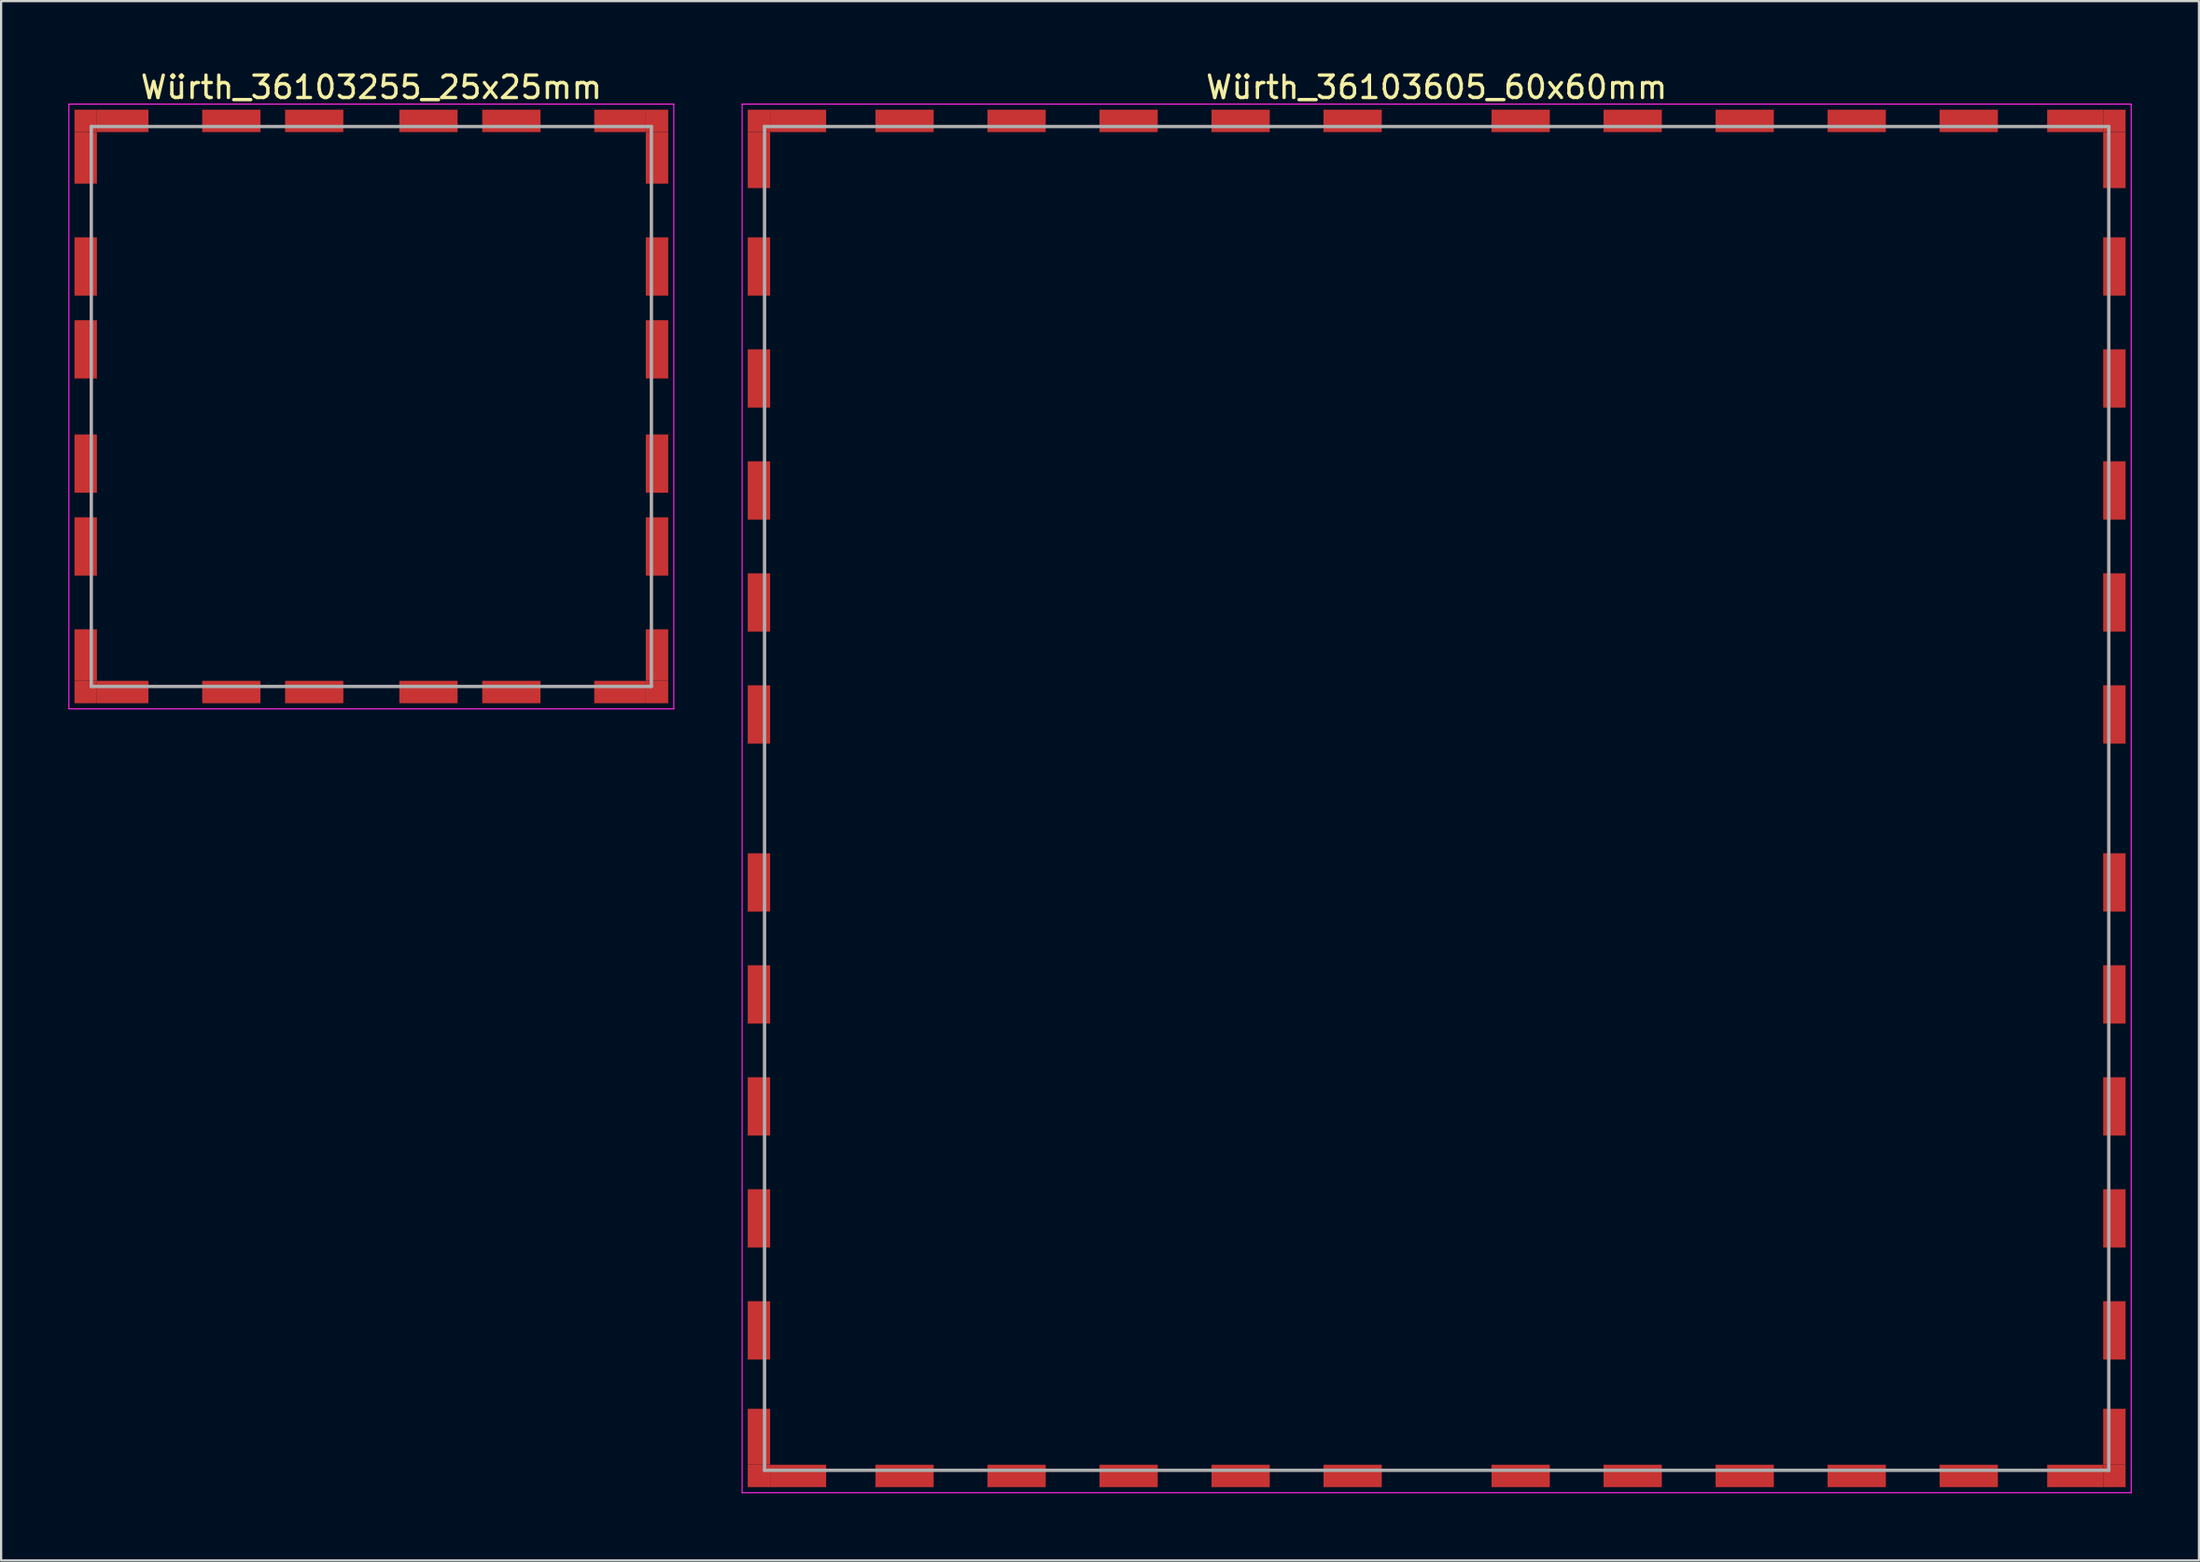
<source format=kicad_pcb>
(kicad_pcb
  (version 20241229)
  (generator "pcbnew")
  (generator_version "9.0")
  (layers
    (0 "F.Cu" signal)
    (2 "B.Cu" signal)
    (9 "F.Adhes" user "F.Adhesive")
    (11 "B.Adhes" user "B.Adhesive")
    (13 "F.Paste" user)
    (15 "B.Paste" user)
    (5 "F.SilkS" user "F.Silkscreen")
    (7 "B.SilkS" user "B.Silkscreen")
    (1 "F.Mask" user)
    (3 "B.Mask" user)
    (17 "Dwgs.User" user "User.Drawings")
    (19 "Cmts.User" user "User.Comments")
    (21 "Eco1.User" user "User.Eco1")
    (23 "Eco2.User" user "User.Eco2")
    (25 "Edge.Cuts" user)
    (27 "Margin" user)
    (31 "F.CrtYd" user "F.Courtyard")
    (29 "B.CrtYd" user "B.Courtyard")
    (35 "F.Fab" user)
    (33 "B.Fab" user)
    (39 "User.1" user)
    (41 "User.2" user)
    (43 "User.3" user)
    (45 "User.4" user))
  (footprint "Würth_36103255_25x25mm"
    (layer "F.Cu")
    (at 13.525 15.098)
    (property "Reference" "Würth_36103255_25x25mm" (at 0 -14.25 0) (layer "F.SilkS") (effects (font (size 1 1) (thickness 0.15))))
    (attr smd)
    (fp_line (start -13.5 -13.5) (end -13.5 13.5) (stroke (width 0.05) (type solid)) (layer "F.CrtYd"))
    (fp_line (start -13.5 13.5) (end 13.5 13.5) (stroke (width 0.05) (type solid)) (layer "F.CrtYd"))
    (fp_line (start 13.5 -13.5) (end -13.5 -13.5) (stroke (width 0.05) (type solid)) (layer "F.CrtYd"))
    (fp_line (start 13.5 13.5) (end 13.5 -13.5) (stroke (width 0.05) (type solid)) (layer "F.CrtYd"))
    (fp_line (start -12.5 -12.5) (end -12.5 12.5) (stroke (width 0.15) (type solid)) (layer "F.Fab"))
    (fp_line (start -12.5 12.5) (end 12.5 12.5) (stroke (width 0.15) (type solid)) (layer "F.Fab"))
    (fp_line (start 12.5 -12.5) (end -12.5 -12.5) (stroke (width 0.15) (type solid)) (layer "F.Fab"))
    (fp_line (start 12.5 12.5) (end 12.5 -12.5) (stroke (width 0.15) (type solid)) (layer "F.Fab"))
    (pad "1" smd rect (at -12.75 -12.75) (size 1 1) (layers "F.Cu" "F.Mask"))
    (pad "1" smd rect (at -12.75 -11.1) (size 1 2.3) (layers "F.Cu" "F.Mask"))
    (pad "1" smd rect (at -12.75 -6.25) (size 1 2.6) (layers "F.Cu" "F.Mask"))
    (pad "1" smd rect (at -12.75 -2.55) (size 1 2.6) (layers "F.Cu" "F.Mask"))
    (pad "1" smd rect (at -12.75 2.55) (size 1 2.6) (layers "F.Cu" "F.Mask"))
    (pad "1" smd rect (at -12.75 6.25) (size 1 2.6) (layers "F.Cu" "F.Mask"))
    (pad "1" smd rect (at -12.75 11.1) (size 1 2.3) (layers "F.Cu" "F.Mask"))
    (pad "1" smd rect (at -12.75 12.75) (size 1 1) (layers "F.Cu" "F.Mask"))
    (pad "1" smd rect (at -11.1 -12.75) (size 2.3 1) (layers "F.Cu" "F.Mask"))
    (pad "1" smd rect (at -11.1 12.75) (size 2.3 1) (layers "F.Cu" "F.Mask"))
    (pad "1" smd rect (at -6.25 -12.75) (size 2.6 1) (layers "F.Cu" "F.Mask"))
    (pad "1" smd rect (at -6.25 12.75) (size 2.6 1) (layers "F.Cu" "F.Mask"))
    (pad "1" smd rect (at -2.55 -12.75) (size 2.6 1) (layers "F.Cu" "F.Mask"))
    (pad "1" smd rect (at -2.55 12.75) (size 2.6 1) (layers "F.Cu" "F.Mask"))
    (pad "1" smd rect (at 2.55 -12.75) (size 2.6 1) (layers "F.Cu" "F.Mask"))
    (pad "1" smd rect (at 2.55 12.75) (size 2.6 1) (layers "F.Cu" "F.Mask"))
    (pad "1" smd rect (at 6.25 -12.75) (size 2.6 1) (layers "F.Cu" "F.Mask"))
    (pad "1" smd rect (at 6.25 12.75) (size 2.6 1) (layers "F.Cu" "F.Mask"))
    (pad "1" smd rect (at 11.1 -12.75) (size 2.3 1) (layers "F.Cu" "F.Mask"))
    (pad "1" smd rect (at 11.1 12.75) (size 2.3 1) (layers "F.Cu" "F.Mask"))
    (pad "1" smd rect (at 12.75 -12.75) (size 1 1) (layers "F.Cu" "F.Mask"))
    (pad "1" smd rect (at 12.75 -11.1) (size 1 2.3) (layers "F.Cu" "F.Mask"))
    (pad "1" smd rect (at 12.75 -6.25) (size 1 2.6) (layers "F.Cu" "F.Mask"))
    (pad "1" smd rect (at 12.75 -2.55) (size 1 2.6) (layers "F.Cu" "F.Mask"))
    (pad "1" smd rect (at 12.75 2.55) (size 1 2.6) (layers "F.Cu" "F.Mask"))
    (pad "1" smd rect (at 12.75 6.25) (size 1 2.6) (layers "F.Cu" "F.Mask"))
    (pad "1" smd rect (at 12.75 11.1) (size 1 2.3) (layers "F.Cu" "F.Mask"))
    (pad "1" smd rect (at 12.75 12.75) (size 1 1) (layers "F.Cu" "F.Mask")))
  (footprint "Würth_36103605_60x60mm"
    (layer "F.Cu")
    (at 61.075 32.598)
    (property "Reference" "Würth_36103605_60x60mm" (at 0 -31.75 0) (layer "F.SilkS") (effects (font (size 1 1) (thickness 0.15))))
    (attr smd)
    (fp_line (start -31 -31) (end -31 31) (stroke (width 0.05) (type solid)) (layer "F.CrtYd"))
    (fp_line (start -31 31) (end 31 31) (stroke (width 0.05) (type solid)) (layer "F.CrtYd"))
    (fp_line (start 31 -31) (end -31 -31) (stroke (width 0.05) (type solid)) (layer "F.CrtYd"))
    (fp_line (start 31 31) (end 31 -31) (stroke (width 0.05) (type solid)) (layer "F.CrtYd"))
    (fp_line (start -30 -30) (end -30 30) (stroke (width 0.15) (type solid)) (layer "F.Fab"))
    (fp_line (start -30 30) (end 30 30) (stroke (width 0.15) (type solid)) (layer "F.Fab"))
    (fp_line (start 30 -30) (end -30 -30) (stroke (width 0.15) (type solid)) (layer "F.Fab"))
    (fp_line (start 30 30) (end 30 -30) (stroke (width 0.15) (type solid)) (layer "F.Fab"))
    (pad "1" smd rect (at -30.25 -30.25) (size 1 1) (layers "F.Cu" "F.Mask"))
    (pad "1" smd rect (at -30.25 -28.5) (size 1 2.5) (layers "F.Cu" "F.Mask"))
    (pad "1" smd rect (at -30.25 -23.75) (size 1 2.6) (layers "F.Cu" "F.Mask"))
    (pad "1" smd rect (at -30.25 -18.75) (size 1 2.6) (layers "F.Cu" "F.Mask"))
    (pad "1" smd rect (at -30.25 -13.75) (size 1 2.6) (layers "F.Cu" "F.Mask"))
    (pad "1" smd rect (at -30.25 -8.75) (size 1 2.6) (layers "F.Cu" "F.Mask"))
    (pad "1" smd rect (at -30.25 -3.75) (size 1 2.6) (layers "F.Cu" "F.Mask"))
    (pad "1" smd rect (at -30.25 3.75) (size 1 2.6) (layers "F.Cu" "F.Mask"))
    (pad "1" smd rect (at -30.25 8.75) (size 1 2.6) (layers "F.Cu" "F.Mask"))
    (pad "1" smd rect (at -30.25 13.75) (size 1 2.6) (layers "F.Cu" "F.Mask"))
    (pad "1" smd rect (at -30.25 18.75) (size 1 2.6) (layers "F.Cu" "F.Mask"))
    (pad "1" smd rect (at -30.25 23.75) (size 1 2.6) (layers "F.Cu" "F.Mask"))
    (pad "1" smd rect (at -30.25 28.5) (size 1 2.5) (layers "F.Cu" "F.Mask"))
    (pad "1" smd rect (at -30.25 30.25) (size 1 1) (layers "F.Cu" "F.Mask"))
    (pad "1" smd rect (at -28.5 -30.25) (size 2.5 1) (layers "F.Cu" "F.Mask"))
    (pad "1" smd rect (at -28.5 30.25) (size 2.5 1) (layers "F.Cu" "F.Mask"))
    (pad "1" smd rect (at -23.75 -30.25) (size 2.6 1) (layers "F.Cu" "F.Mask"))
    (pad "1" smd rect (at -23.75 30.25) (size 2.6 1) (layers "F.Cu" "F.Mask"))
    (pad "1" smd rect (at -18.75 -30.25) (size 2.6 1) (layers "F.Cu" "F.Mask"))
    (pad "1" smd rect (at -18.75 30.25) (size 2.6 1) (layers "F.Cu" "F.Mask"))
    (pad "1" smd rect (at -13.75 -30.25) (size 2.6 1) (layers "F.Cu" "F.Mask"))
    (pad "1" smd rect (at -13.75 30.25) (size 2.6 1) (layers "F.Cu" "F.Mask"))
    (pad "1" smd rect (at -8.75 -30.25) (size 2.6 1) (layers "F.Cu" "F.Mask"))
    (pad "1" smd rect (at -8.75 30.25) (size 2.6 1) (layers "F.Cu" "F.Mask"))
    (pad "1" smd rect (at -3.75 -30.25) (size 2.6 1) (layers "F.Cu" "F.Mask"))
    (pad "1" smd rect (at -3.75 30.25) (size 2.6 1) (layers "F.Cu" "F.Mask"))
    (pad "1" smd rect (at 3.75 -30.25) (size 2.6 1) (layers "F.Cu" "F.Mask"))
    (pad "1" smd rect (at 3.75 30.25) (size 2.6 1) (layers "F.Cu" "F.Mask"))
    (pad "1" smd rect (at 8.75 -30.25) (size 2.6 1) (layers "F.Cu" "F.Mask"))
    (pad "1" smd rect (at 8.75 30.25) (size 2.6 1) (layers "F.Cu" "F.Mask"))
    (pad "1" smd rect (at 13.75 -30.25) (size 2.6 1) (layers "F.Cu" "F.Mask"))
    (pad "1" smd rect (at 13.75 30.25) (size 2.6 1) (layers "F.Cu" "F.Mask"))
    (pad "1" smd rect (at 18.75 -30.25) (size 2.6 1) (layers "F.Cu" "F.Mask"))
    (pad "1" smd rect (at 18.75 30.25) (size 2.6 1) (layers "F.Cu" "F.Mask"))
    (pad "1" smd rect (at 23.75 -30.25) (size 2.6 1) (layers "F.Cu" "F.Mask"))
    (pad "1" smd rect (at 23.75 30.25) (size 2.6 1) (layers "F.Cu" "F.Mask"))
    (pad "1" smd rect (at 28.5 -30.25) (size 2.5 1) (layers "F.Cu" "F.Mask"))
    (pad "1" smd rect (at 28.5 30.25) (size 2.5 1) (layers "F.Cu" "F.Mask"))
    (pad "1" smd rect (at 30.25 -30.25) (size 1 1) (layers "F.Cu" "F.Mask"))
    (pad "1" smd rect (at 30.25 -28.5) (size 1 2.5) (layers "F.Cu" "F.Mask"))
    (pad "1" smd rect (at 30.25 -23.75) (size 1 2.6) (layers "F.Cu" "F.Mask"))
    (pad "1" smd rect (at 30.25 -18.75) (size 1 2.6) (layers "F.Cu" "F.Mask"))
    (pad "1" smd rect (at 30.25 -13.75) (size 1 2.6) (layers "F.Cu" "F.Mask"))
    (pad "1" smd rect (at 30.25 -8.75) (size 1 2.6) (layers "F.Cu" "F.Mask"))
    (pad "1" smd rect (at 30.25 -3.75) (size 1 2.6) (layers "F.Cu" "F.Mask"))
    (pad "1" smd rect (at 30.25 3.75) (size 1 2.6) (layers "F.Cu" "F.Mask"))
    (pad "1" smd rect (at 30.25 8.75) (size 1 2.6) (layers "F.Cu" "F.Mask"))
    (pad "1" smd rect (at 30.25 13.75) (size 1 2.6) (layers "F.Cu" "F.Mask"))
    (pad "1" smd rect (at 30.25 18.75) (size 1 2.6) (layers "F.Cu" "F.Mask"))
    (pad "1" smd rect (at 30.25 23.75) (size 1 2.6) (layers "F.Cu" "F.Mask"))
    (pad "1" smd rect (at 30.25 28.5) (size 1 2.5) (layers "F.Cu" "F.Mask"))
    (pad "1" smd rect (at 30.25 30.25) (size 1 1) (layers "F.Cu" "F.Mask")))
  (gr_rect
    (start -3 -3)
    (end 95.1 66.623)
    (stroke (width 0.1) (type default))
    (fill no)
    (layer "Edge.Cuts")))
</source>
